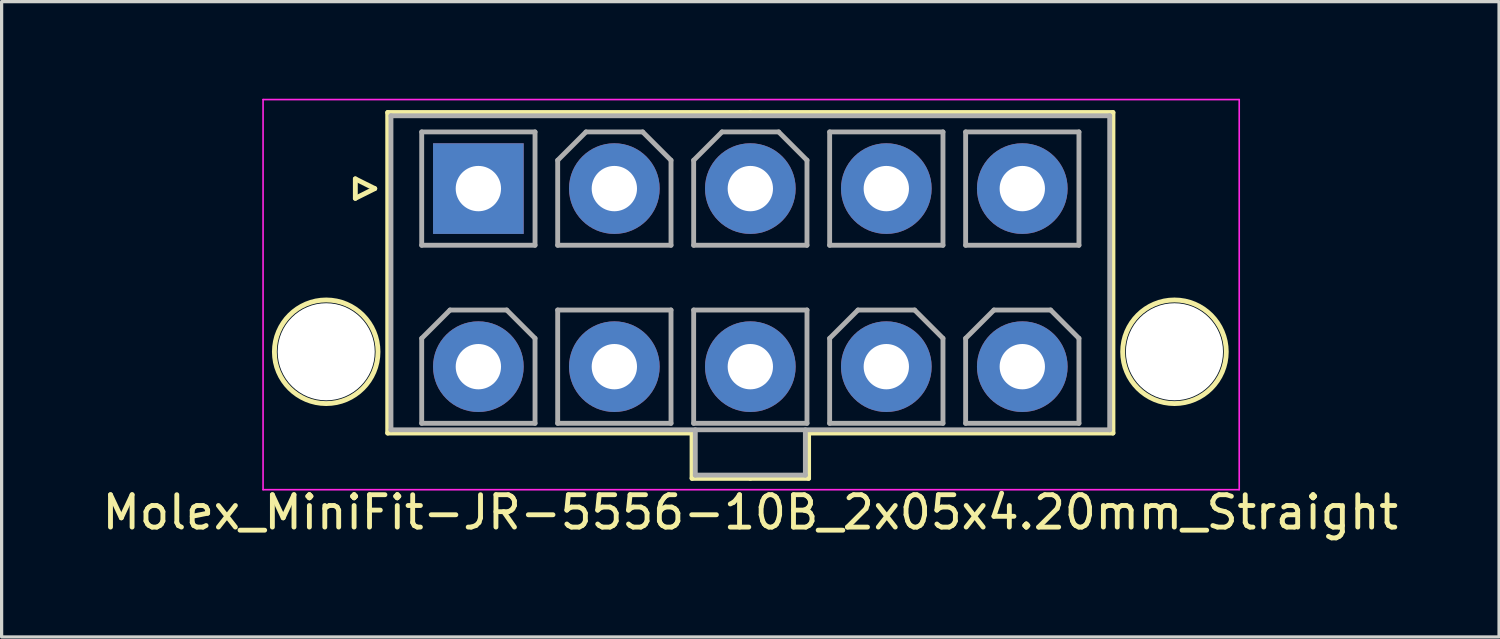
<source format=kicad_pcb>
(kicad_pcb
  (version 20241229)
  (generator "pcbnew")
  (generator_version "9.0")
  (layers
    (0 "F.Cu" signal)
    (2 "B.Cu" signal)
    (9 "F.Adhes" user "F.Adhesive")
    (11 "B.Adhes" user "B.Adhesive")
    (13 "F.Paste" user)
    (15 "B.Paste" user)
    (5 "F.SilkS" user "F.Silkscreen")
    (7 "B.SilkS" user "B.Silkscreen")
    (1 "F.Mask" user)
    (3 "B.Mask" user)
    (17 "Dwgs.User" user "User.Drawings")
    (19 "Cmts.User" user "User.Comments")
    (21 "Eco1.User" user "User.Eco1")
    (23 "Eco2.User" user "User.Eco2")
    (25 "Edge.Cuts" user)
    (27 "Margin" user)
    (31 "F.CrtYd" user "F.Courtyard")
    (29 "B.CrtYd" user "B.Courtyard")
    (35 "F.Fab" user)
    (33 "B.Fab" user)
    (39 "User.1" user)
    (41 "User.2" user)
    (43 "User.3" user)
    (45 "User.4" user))
  (footprint "Molex_MiniFit-JR-5556-10B_2x05x4.20mm_Straight"
    (layer "F.Cu")
    (at 11.725 2.775)
    (property "Reference" "Molex_MiniFit-JR-5556-10B_2x05x4.20mm_Straight" (at 8.4 10 0) (layer "F.SilkS") (effects (font (size 1 1) (thickness 0.15))))
    (attr through_hole)
    (fp_line (start -3.8 -0.3) (end -3.2 0) (stroke (width 0.15) (type solid)) (layer "F.SilkS"))
    (fp_line (start -3.8 0.3) (end -3.8 -0.3) (stroke (width 0.15) (type solid)) (layer "F.SilkS"))
    (fp_line (start -3.2 0) (end -3.8 0.3) (stroke (width 0.15) (type solid)) (layer "F.SilkS"))
    (fp_line (start -2.8 -2.35) (end -2.8 7.55) (stroke (width 0.15) (type solid)) (layer "F.SilkS"))
    (fp_line (start -2.8 7.55) (end 6.6 7.55) (stroke (width 0.15) (type solid)) (layer "F.SilkS"))
    (fp_line (start 6.6 7.55) (end 6.6 8.95) (stroke (width 0.15) (type solid)) (layer "F.SilkS"))
    (fp_line (start 6.6 8.95) (end 8.4 8.95) (stroke (width 0.15) (type solid)) (layer "F.SilkS"))
    (fp_line (start 8.4 -2.35) (end -2.8 -2.35) (stroke (width 0.15) (type solid)) (layer "F.SilkS"))
    (fp_line (start 8.4 -2.35) (end 19.6 -2.35) (stroke (width 0.15) (type solid)) (layer "F.SilkS"))
    (fp_line (start 10.2 7.55) (end 10.2 8.95) (stroke (width 0.15) (type solid)) (layer "F.SilkS"))
    (fp_line (start 10.2 8.95) (end 8.4 8.95) (stroke (width 0.15) (type solid)) (layer "F.SilkS"))
    (fp_line (start 19.6 -2.35) (end 19.6 7.55) (stroke (width 0.15) (type solid)) (layer "F.SilkS"))
    (fp_line (start 19.6 7.55) (end 10.2 7.55) (stroke (width 0.15) (type solid)) (layer "F.SilkS"))
    (fp_circle (center -4.7 5.04) (end -3.1 5.04) (stroke (width 0.15) (type solid)) (fill no) (layer "F.SilkS"))
    (fp_circle (center 21.5 5.04) (end 23.1 5.04) (stroke (width 0.15) (type solid)) (fill no) (layer "F.SilkS"))
    (fp_line (start -6.65 -2.75) (end -6.65 9.3) (stroke (width 0.05) (type solid)) (layer "F.CrtYd"))
    (fp_line (start -6.65 9.3) (end 23.5 9.3) (stroke (width 0.05) (type solid)) (layer "F.CrtYd"))
    (fp_line (start 23.5 -2.75) (end -6.65 -2.75) (stroke (width 0.05) (type solid)) (layer "F.CrtYd"))
    (fp_line (start 23.5 9.3) (end 23.5 -2.75) (stroke (width 0.05) (type solid)) (layer "F.CrtYd"))
    (fp_line (start -2.7 -2.25) (end -2.7 7.45) (stroke (width 0.15) (type solid)) (layer "F.Fab"))
    (fp_line (start -2.7 7.45) (end 19.5 7.45) (stroke (width 0.15) (type solid)) (layer "F.Fab"))
    (fp_line (start -1.75 -1.75) (end -1.75 1.75) (stroke (width 0.15) (type solid)) (layer "F.Fab"))
    (fp_line (start -1.75 1.75) (end 1.75 1.75) (stroke (width 0.15) (type solid)) (layer "F.Fab"))
    (fp_line (start -1.75 4.625) (end -0.875 3.75) (stroke (width 0.15) (type solid)) (layer "F.Fab"))
    (fp_line (start -1.75 7.25) (end -1.75 4.625) (stroke (width 0.15) (type solid)) (layer "F.Fab"))
    (fp_line (start -0.875 3.75) (end 0.875 3.75) (stroke (width 0.15) (type solid)) (layer "F.Fab"))
    (fp_line (start 0.875 3.75) (end 1.75 4.625) (stroke (width 0.15) (type solid)) (layer "F.Fab"))
    (fp_line (start 1.75 -1.75) (end -1.75 -1.75) (stroke (width 0.15) (type solid)) (layer "F.Fab"))
    (fp_line (start 1.75 1.75) (end 1.75 -1.75) (stroke (width 0.15) (type solid)) (layer "F.Fab"))
    (fp_line (start 1.75 4.625) (end 1.75 7.25) (stroke (width 0.15) (type solid)) (layer "F.Fab"))
    (fp_line (start 1.75 7.25) (end -1.75 7.25) (stroke (width 0.15) (type solid)) (layer "F.Fab"))
    (fp_line (start 2.45 -0.875) (end 3.325 -1.75) (stroke (width 0.15) (type solid)) (layer "F.Fab"))
    (fp_line (start 2.45 1.75) (end 2.45 -0.875) (stroke (width 0.15) (type solid)) (layer "F.Fab"))
    (fp_line (start 2.45 3.75) (end 2.45 7.25) (stroke (width 0.15) (type solid)) (layer "F.Fab"))
    (fp_line (start 2.45 7.25) (end 5.95 7.25) (stroke (width 0.15) (type solid)) (layer "F.Fab"))
    (fp_line (start 3.325 -1.75) (end 5.075 -1.75) (stroke (width 0.15) (type solid)) (layer "F.Fab"))
    (fp_line (start 5.075 -1.75) (end 5.95 -0.875) (stroke (width 0.15) (type solid)) (layer "F.Fab"))
    (fp_line (start 5.95 -0.875) (end 5.95 1.75) (stroke (width 0.15) (type solid)) (layer "F.Fab"))
    (fp_line (start 5.95 1.75) (end 2.45 1.75) (stroke (width 0.15) (type solid)) (layer "F.Fab"))
    (fp_line (start 5.95 3.75) (end 2.45 3.75) (stroke (width 0.15) (type solid)) (layer "F.Fab"))
    (fp_line (start 5.95 7.25) (end 5.95 3.75) (stroke (width 0.15) (type solid)) (layer "F.Fab"))
    (fp_line (start 6.65 -0.875) (end 7.525 -1.75) (stroke (width 0.15) (type solid)) (layer "F.Fab"))
    (fp_line (start 6.65 1.75) (end 6.65 -0.875) (stroke (width 0.15) (type solid)) (layer "F.Fab"))
    (fp_line (start 6.65 3.75) (end 6.65 7.25) (stroke (width 0.15) (type solid)) (layer "F.Fab"))
    (fp_line (start 6.65 7.25) (end 10.15 7.25) (stroke (width 0.15) (type solid)) (layer "F.Fab"))
    (fp_line (start 6.7 7.45) (end 6.7 8.85) (stroke (width 0.15) (type solid)) (layer "F.Fab"))
    (fp_line (start 6.7 8.85) (end 10.1 8.85) (stroke (width 0.15) (type solid)) (layer "F.Fab"))
    (fp_line (start 7.525 -1.75) (end 9.275 -1.75) (stroke (width 0.15) (type solid)) (layer "F.Fab"))
    (fp_line (start 9.275 -1.75) (end 10.15 -0.875) (stroke (width 0.15) (type solid)) (layer "F.Fab"))
    (fp_line (start 10.1 8.85) (end 10.1 7.45) (stroke (width 0.15) (type solid)) (layer "F.Fab"))
    (fp_line (start 10.15 -0.875) (end 10.15 1.75) (stroke (width 0.15) (type solid)) (layer "F.Fab"))
    (fp_line (start 10.15 1.75) (end 6.65 1.75) (stroke (width 0.15) (type solid)) (layer "F.Fab"))
    (fp_line (start 10.15 3.75) (end 6.65 3.75) (stroke (width 0.15) (type solid)) (layer "F.Fab"))
    (fp_line (start 10.15 7.25) (end 10.15 3.75) (stroke (width 0.15) (type solid)) (layer "F.Fab"))
    (fp_line (start 10.85 -1.75) (end 10.85 1.75) (stroke (width 0.15) (type solid)) (layer "F.Fab"))
    (fp_line (start 10.85 1.75) (end 14.35 1.75) (stroke (width 0.15) (type solid)) (layer "F.Fab"))
    (fp_line (start 10.85 4.625) (end 11.725 3.75) (stroke (width 0.15) (type solid)) (layer "F.Fab"))
    (fp_line (start 10.85 7.25) (end 10.85 4.625) (stroke (width 0.15) (type solid)) (layer "F.Fab"))
    (fp_line (start 11.725 3.75) (end 13.475 3.75) (stroke (width 0.15) (type solid)) (layer "F.Fab"))
    (fp_line (start 13.475 3.75) (end 14.35 4.625) (stroke (width 0.15) (type solid)) (layer "F.Fab"))
    (fp_line (start 14.35 -1.75) (end 10.85 -1.75) (stroke (width 0.15) (type solid)) (layer "F.Fab"))
    (fp_line (start 14.35 1.75) (end 14.35 -1.75) (stroke (width 0.15) (type solid)) (layer "F.Fab"))
    (fp_line (start 14.35 4.625) (end 14.35 7.25) (stroke (width 0.15) (type solid)) (layer "F.Fab"))
    (fp_line (start 14.35 7.25) (end 10.85 7.25) (stroke (width 0.15) (type solid)) (layer "F.Fab"))
    (fp_line (start 15.05 -1.75) (end 15.05 1.75) (stroke (width 0.15) (type solid)) (layer "F.Fab"))
    (fp_line (start 15.05 1.75) (end 18.55 1.75) (stroke (width 0.15) (type solid)) (layer "F.Fab"))
    (fp_line (start 15.05 4.625) (end 15.925 3.75) (stroke (width 0.15) (type solid)) (layer "F.Fab"))
    (fp_line (start 15.05 7.25) (end 15.05 4.625) (stroke (width 0.15) (type solid)) (layer "F.Fab"))
    (fp_line (start 15.925 3.75) (end 17.675 3.75) (stroke (width 0.15) (type solid)) (layer "F.Fab"))
    (fp_line (start 17.675 3.75) (end 18.55 4.625) (stroke (width 0.15) (type solid)) (layer "F.Fab"))
    (fp_line (start 18.55 -1.75) (end 15.05 -1.75) (stroke (width 0.15) (type solid)) (layer "F.Fab"))
    (fp_line (start 18.55 1.75) (end 18.55 -1.75) (stroke (width 0.15) (type solid)) (layer "F.Fab"))
    (fp_line (start 18.55 4.625) (end 18.55 7.25) (stroke (width 0.15) (type solid)) (layer "F.Fab"))
    (fp_line (start 18.55 7.25) (end 15.05 7.25) (stroke (width 0.15) (type solid)) (layer "F.Fab"))
    (fp_line (start 19.5 -2.25) (end -2.7 -2.25) (stroke (width 0.15) (type solid)) (layer "F.Fab"))
    (fp_line (start 19.5 7.45) (end 19.5 -2.25) (stroke (width 0.15) (type solid)) (layer "F.Fab"))
    (pad "" np_thru_hole circle (at -4.7 5.04) (size 3 3) (drill 3) (layers "*.Cu"))
    (pad "" np_thru_hole circle (at 21.5 5.04) (size 3 3) (drill 3) (layers "*.Cu"))
    (pad "1" thru_hole rect (at 0 0) (size 2.8 2.8) (drill 1.4) (layers "*.Cu" "*.Mask"))
    (pad "2" thru_hole circle (at 4.2 0) (size 2.8 2.8) (drill 1.4) (layers "*.Cu" "*.Mask"))
    (pad "3" thru_hole circle (at 8.4 0) (size 2.8 2.8) (drill 1.4) (layers "*.Cu" "*.Mask"))
    (pad "4" thru_hole circle (at 12.6 0) (size 2.8 2.8) (drill 1.4) (layers "*.Cu" "*.Mask"))
    (pad "5" thru_hole circle (at 16.8 0) (size 2.8 2.8) (drill 1.4) (layers "*.Cu" "*.Mask"))
    (pad "6" thru_hole circle (at 0 5.5) (size 2.8 2.8) (drill 1.4) (layers "*.Cu" "*.Mask"))
    (pad "7" thru_hole circle (at 4.2 5.5) (size 2.8 2.8) (drill 1.4) (layers "*.Cu" "*.Mask"))
    (pad "8" thru_hole circle (at 8.4 5.5) (size 2.8 2.8) (drill 1.4) (layers "*.Cu" "*.Mask"))
    (pad "9" thru_hole circle (at 12.6 5.5) (size 2.8 2.8) (drill 1.4) (layers "*.Cu" "*.Mask"))
    (pad "10" thru_hole circle (at 16.8 5.5) (size 2.8 2.8) (drill 1.4) (layers "*.Cu" "*.Mask")))
  (gr_rect
    (start -3 -3)
    (end 43.25 16.623)
    (stroke (width 0.1) (type default))
    (fill no)
    (layer "Edge.Cuts")))
</source>
